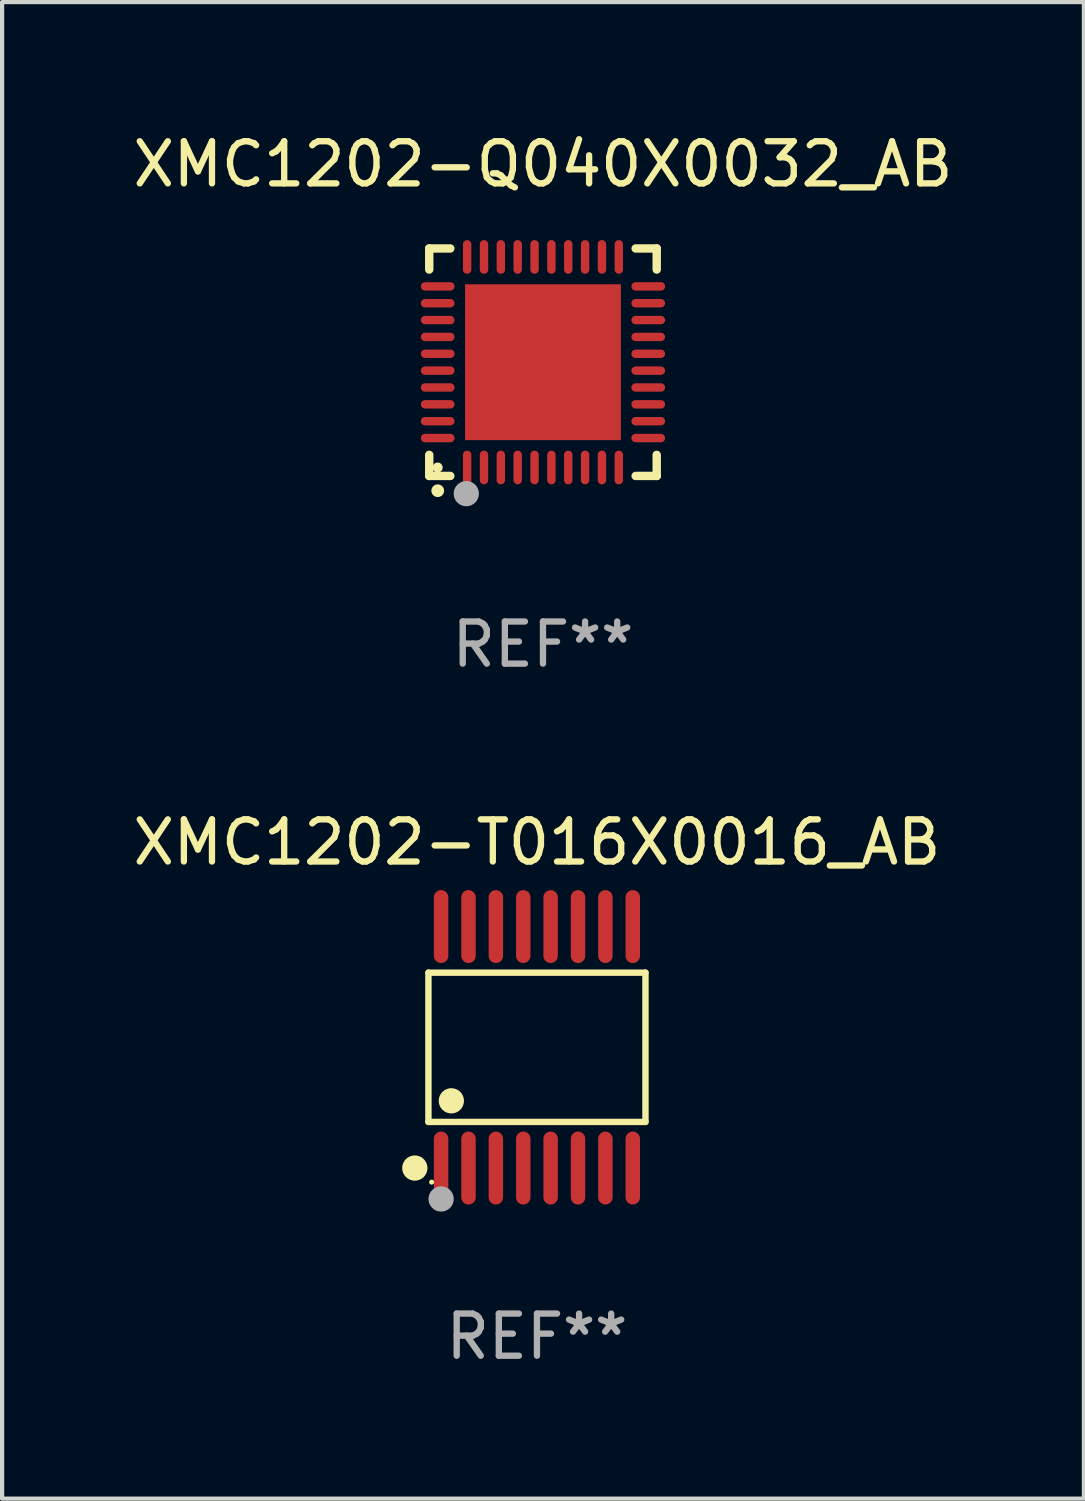
<source format=kicad_pcb>
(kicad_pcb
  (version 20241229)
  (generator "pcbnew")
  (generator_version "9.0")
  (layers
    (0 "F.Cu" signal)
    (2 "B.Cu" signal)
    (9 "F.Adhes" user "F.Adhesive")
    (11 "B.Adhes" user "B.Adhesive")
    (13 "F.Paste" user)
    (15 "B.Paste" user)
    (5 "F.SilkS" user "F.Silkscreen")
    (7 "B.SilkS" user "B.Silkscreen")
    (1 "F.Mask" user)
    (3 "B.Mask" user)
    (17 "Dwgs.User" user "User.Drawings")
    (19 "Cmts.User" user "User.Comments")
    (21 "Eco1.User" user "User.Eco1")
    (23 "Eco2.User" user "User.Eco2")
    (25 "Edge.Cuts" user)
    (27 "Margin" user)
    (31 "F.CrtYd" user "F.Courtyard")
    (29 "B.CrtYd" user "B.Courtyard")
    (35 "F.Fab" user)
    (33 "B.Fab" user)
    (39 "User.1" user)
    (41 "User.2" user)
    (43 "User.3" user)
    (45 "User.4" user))
  (footprint "XMC1202-Q040X0032_AB"
    (layer "F.Cu")
    (at 9.839 5.548)
    (property "Reference" "XMC1202-Q040X0032_AB" (at 0 -4.7 0) (layer "F.SilkS") (effects (font (size 1 1) (thickness 0.15))))
    (attr through_hole)
    (fp_line (start -2.7 -2.7) (end -2.7 -2.2) (stroke (width 0.2) (type solid)) (layer "F.SilkS"))
    (fp_line (start -2.7 2.7) (end -2.7 2.2) (stroke (width 0.2) (type solid)) (layer "F.SilkS"))
    (fp_line (start -2.2 -2.7) (end -2.7 -2.7) (stroke (width 0.2) (type solid)) (layer "F.SilkS"))
    (fp_line (start -2.2 2.7) (end -2.7 2.7) (stroke (width 0.2) (type solid)) (layer "F.SilkS"))
    (fp_line (start 2.7 -2.7) (end 2.2 -2.7) (stroke (width 0.2) (type solid)) (layer "F.SilkS"))
    (fp_line (start 2.7 -2.2) (end 2.7 -2.7) (stroke (width 0.2) (type solid)) (layer "F.SilkS"))
    (fp_line (start 2.7 2.2) (end 2.7 2.7) (stroke (width 0.2) (type solid)) (layer "F.SilkS"))
    (fp_line (start 2.7 2.7) (end 2.2 2.7) (stroke (width 0.2) (type solid)) (layer "F.SilkS"))
    (fp_arc (start -2.499365 3.050546) (mid -2.498095 3.050541) (end -2.496825 3.050546) (stroke (width 0.3) (type solid)) (layer "F.SilkS"))
    (fp_circle (center -2.5 2.5) (end -2.44 2.5) (stroke (width 0.12) (type solid)) (fill no) (layer "F.SilkS"))
    (fp_circle (center -1.82 3.12) (end -1.67 3.12) (stroke (width 0.3) (type solid)) (fill no) (layer "F.Fab"))
    (fp_text user "REF**" (at 0 6.7 0) (layer "F.Fab") (effects (font (size 1 1) (thickness 0.15))))
    (pad "1" smd oval (at -1.8 2.499) (size 0.2 0.8) (layers "F.Cu" "F.Mask" "F.Paste"))
    (pad "2" smd oval (at -1.4 2.499) (size 0.2 0.8) (layers "F.Cu" "F.Mask" "F.Paste"))
    (pad "3" smd oval (at -1 2.499) (size 0.2 0.8) (layers "F.Cu" "F.Mask" "F.Paste"))
    (pad "4" smd oval (at -0.6 2.499) (size 0.2 0.8) (layers "F.Cu" "F.Mask" "F.Paste"))
    (pad "5" smd oval (at -0.2 2.499) (size 0.2 0.8) (layers "F.Cu" "F.Mask" "F.Paste"))
    (pad "6" smd oval (at 0.2 2.499) (size 0.2 0.8) (layers "F.Cu" "F.Mask" "F.Paste"))
    (pad "7" smd oval (at 0.6 2.499) (size 0.2 0.8) (layers "F.Cu" "F.Mask" "F.Paste"))
    (pad "8" smd oval (at 1 2.499) (size 0.2 0.8) (layers "F.Cu" "F.Mask" "F.Paste"))
    (pad "9" smd oval (at 1.4 2.499) (size 0.2 0.8) (layers "F.Cu" "F.Mask" "F.Paste"))
    (pad "10" smd oval (at 1.8 2.499) (size 0.2 0.8) (layers "F.Cu" "F.Mask" "F.Paste"))
    (pad "11" smd oval (at 2.499 1.8) (size 0.8 0.2) (layers "F.Cu" "F.Mask" "F.Paste"))
    (pad "12" smd oval (at 2.499 1.4) (size 0.8 0.2) (layers "F.Cu" "F.Mask" "F.Paste"))
    (pad "13" smd oval (at 2.499 1) (size 0.8 0.2) (layers "F.Cu" "F.Mask" "F.Paste"))
    (pad "14" smd oval (at 2.499 0.6) (size 0.8 0.2) (layers "F.Cu" "F.Mask" "F.Paste"))
    (pad "15" smd oval (at 2.499 0.2) (size 0.8 0.2) (layers "F.Cu" "F.Mask" "F.Paste"))
    (pad "16" smd oval (at 2.499 -0.2) (size 0.8 0.2) (layers "F.Cu" "F.Mask" "F.Paste"))
    (pad "17" smd oval (at 2.499 -0.6) (size 0.8 0.2) (layers "F.Cu" "F.Mask" "F.Paste"))
    (pad "18" smd oval (at 2.499 -1) (size 0.8 0.2) (layers "F.Cu" "F.Mask" "F.Paste"))
    (pad "19" smd oval (at 2.499 -1.4) (size 0.8 0.2) (layers "F.Cu" "F.Mask" "F.Paste"))
    (pad "20" smd oval (at 2.499 -1.8) (size 0.8 0.2) (layers "F.Cu" "F.Mask" "F.Paste"))
    (pad "21" smd oval (at 1.8 -2.499) (size 0.2 0.8) (layers "F.Cu" "F.Mask" "F.Paste"))
    (pad "22" smd oval (at 1.4 -2.499) (size 0.2 0.8) (layers "F.Cu" "F.Mask" "F.Paste"))
    (pad "23" smd oval (at 1 -2.499) (size 0.2 0.8) (layers "F.Cu" "F.Mask" "F.Paste"))
    (pad "24" smd oval (at 0.6 -2.499) (size 0.2 0.8) (layers "F.Cu" "F.Mask" "F.Paste"))
    (pad "25" smd oval (at 0.2 -2.499) (size 0.2 0.8) (layers "F.Cu" "F.Mask" "F.Paste"))
    (pad "26" smd oval (at -0.2 -2.499) (size 0.2 0.8) (layers "F.Cu" "F.Mask" "F.Paste"))
    (pad "27" smd oval (at -0.6 -2.499) (size 0.2 0.8) (layers "F.Cu" "F.Mask" "F.Paste"))
    (pad "28" smd oval (at -1 -2.499) (size 0.2 0.8) (layers "F.Cu" "F.Mask" "F.Paste"))
    (pad "29" smd oval (at -1.4 -2.499) (size 0.2 0.8) (layers "F.Cu" "F.Mask" "F.Paste"))
    (pad "30" smd oval (at -1.8 -2.499) (size 0.2 0.8) (layers "F.Cu" "F.Mask" "F.Paste"))
    (pad "31" smd oval (at -2.499 -1.8) (size 0.8 0.2) (layers "F.Cu" "F.Mask" "F.Paste"))
    (pad "32" smd oval (at -2.499 -1.4) (size 0.8 0.2) (layers "F.Cu" "F.Mask" "F.Paste"))
    (pad "33" smd oval (at -2.499 -1) (size 0.8 0.2) (layers "F.Cu" "F.Mask" "F.Paste"))
    (pad "34" smd oval (at -2.499 -0.6) (size 0.8 0.2) (layers "F.Cu" "F.Mask" "F.Paste"))
    (pad "35" smd oval (at -2.499 -0.2) (size 0.8 0.2) (layers "F.Cu" "F.Mask" "F.Paste"))
    (pad "36" smd oval (at -2.499 0.2) (size 0.8 0.2) (layers "F.Cu" "F.Mask" "F.Paste"))
    (pad "37" smd oval (at -2.499 0.6) (size 0.8 0.2) (layers "F.Cu" "F.Mask" "F.Paste"))
    (pad "38" smd oval (at -2.499 1) (size 0.8 0.2) (layers "F.Cu" "F.Mask" "F.Paste"))
    (pad "39" smd oval (at -2.499 1.4) (size 0.8 0.2) (layers "F.Cu" "F.Mask" "F.Paste"))
    (pad "40" smd oval (at -2.499 1.8) (size 0.8 0.2) (layers "F.Cu" "F.Mask" "F.Paste"))
    (pad "41" smd rect (at 0 0) (size 3.7 3.7) (layers "F.Cu" "F.Mask" "F.Paste")))
  (footprint "XMC1202-T016X0016_AB"
    (layer "F.Cu")
    (at 9.696 21.811)
    (property "Reference" "XMC1202-T016X0016_AB" (at 0 -4.866 0) (layer "F.SilkS") (effects (font (size 1 1) (thickness 0.15))))
    (attr through_hole)
    (fp_line (start -2.576 -1.772) (end 2.576 -1.772) (stroke (width 0.152) (type solid)) (layer "F.SilkS"))
    (fp_line (start -2.576 1.771) (end -2.576 -1.772) (stroke (width 0.152) (type solid)) (layer "F.SilkS"))
    (fp_line (start 2.576 -1.772) (end 2.576 1.771) (stroke (width 0.152) (type solid)) (layer "F.SilkS"))
    (fp_line (start 2.576 1.771) (end -2.576 1.771) (stroke (width 0.152) (type solid)) (layer "F.SilkS"))
    (fp_circle (center -2.899 2.866) (end -2.749 2.866) (stroke (width 0.3) (type solid)) (fill no) (layer "F.SilkS"))
    (fp_circle (center -2.5 3.2) (end -2.47 3.2) (stroke (width 0.06) (type solid)) (fill no) (layer "F.SilkS"))
    (fp_circle (center -2.032 1.27) (end -1.882 1.27) (stroke (width 0.3) (type solid)) (fill no) (layer "F.SilkS"))
    (fp_circle (center -2.275 3.6) (end -2.125 3.6) (stroke (width 0.3) (type solid)) (fill no) (layer "F.Fab"))
    (fp_text user "REF**" (at 0 6.866 0) (layer "F.Fab") (effects (font (size 1 1) (thickness 0.15))))
    (pad "1" smd oval (at -2.275 2.866) (size 0.343 1.731) (layers "F.Cu" "F.Mask" "F.Paste"))
    (pad "2" smd oval (at -1.625 2.866) (size 0.343 1.731) (layers "F.Cu" "F.Mask" "F.Paste"))
    (pad "3" smd oval (at -0.975 2.866) (size 0.343 1.731) (layers "F.Cu" "F.Mask" "F.Paste"))
    (pad "4" smd oval (at -0.325 2.866) (size 0.343 1.731) (layers "F.Cu" "F.Mask" "F.Paste"))
    (pad "5" smd oval (at 0.325 2.866) (size 0.343 1.731) (layers "F.Cu" "F.Mask" "F.Paste"))
    (pad "6" smd oval (at 0.975 2.866) (size 0.343 1.731) (layers "F.Cu" "F.Mask" "F.Paste"))
    (pad "7" smd oval (at 1.625 2.866) (size 0.343 1.731) (layers "F.Cu" "F.Mask" "F.Paste"))
    (pad "8" smd oval (at 2.275 2.866) (size 0.343 1.731) (layers "F.Cu" "F.Mask" "F.Paste"))
    (pad "9" smd oval (at 2.275 -2.866) (size 0.343 1.731) (layers "F.Cu" "F.Mask" "F.Paste"))
    (pad "10" smd oval (at 1.625 -2.866) (size 0.343 1.731) (layers "F.Cu" "F.Mask" "F.Paste"))
    (pad "11" smd oval (at 0.975 -2.866) (size 0.343 1.731) (layers "F.Cu" "F.Mask" "F.Paste"))
    (pad "12" smd oval (at 0.325 -2.866) (size 0.343 1.731) (layers "F.Cu" "F.Mask" "F.Paste"))
    (pad "13" smd oval (at -0.325 -2.866) (size 0.343 1.731) (layers "F.Cu" "F.Mask" "F.Paste"))
    (pad "14" smd oval (at -0.975 -2.866) (size 0.343 1.731) (layers "F.Cu" "F.Mask" "F.Paste"))
    (pad "15" smd oval (at -1.625 -2.866) (size 0.343 1.731) (layers "F.Cu" "F.Mask" "F.Paste"))
    (pad "16" smd oval (at -2.275 -2.866) (size 0.343 1.731) (layers "F.Cu" "F.Mask" "F.Paste")))
  (gr_rect
    (start -3 -3)
    (end 22.679 32.525)
    (stroke (width 0.1) (type default))
    (fill no)
    (layer "Edge.Cuts")))
</source>
